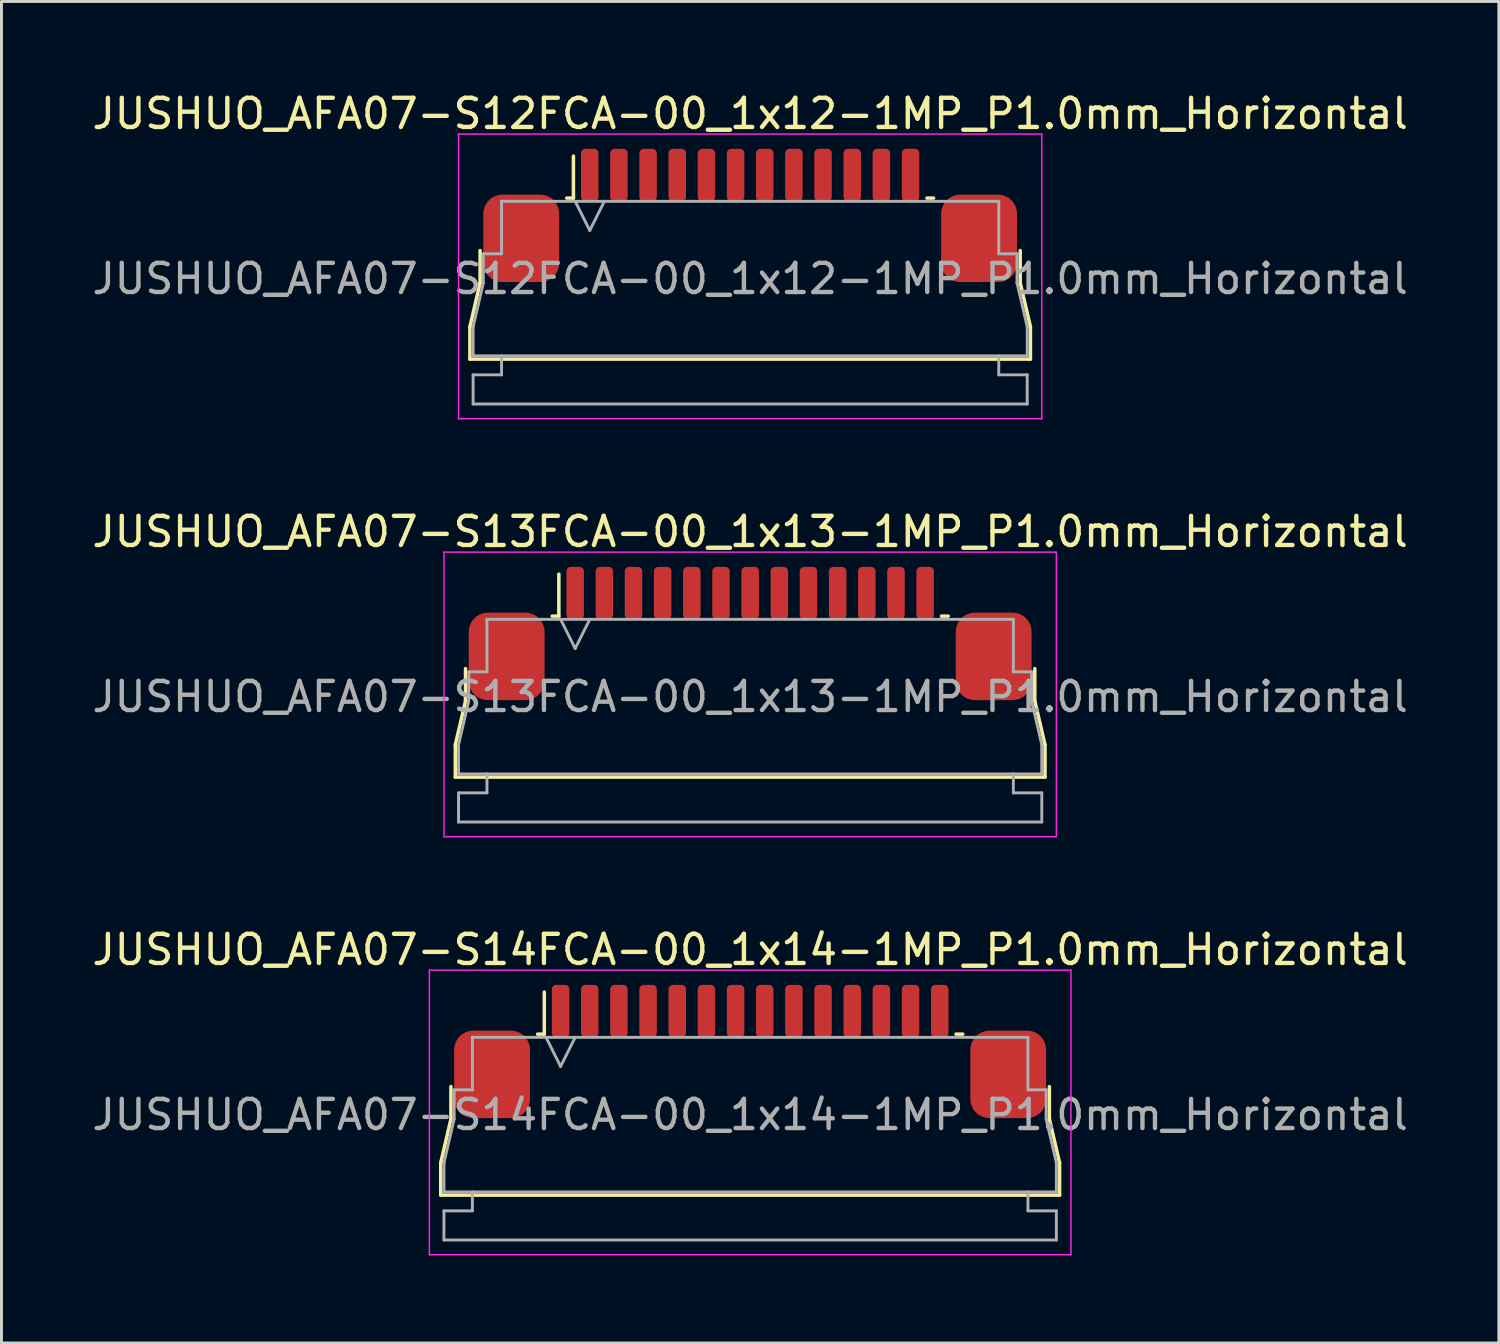
<source format=kicad_pcb>
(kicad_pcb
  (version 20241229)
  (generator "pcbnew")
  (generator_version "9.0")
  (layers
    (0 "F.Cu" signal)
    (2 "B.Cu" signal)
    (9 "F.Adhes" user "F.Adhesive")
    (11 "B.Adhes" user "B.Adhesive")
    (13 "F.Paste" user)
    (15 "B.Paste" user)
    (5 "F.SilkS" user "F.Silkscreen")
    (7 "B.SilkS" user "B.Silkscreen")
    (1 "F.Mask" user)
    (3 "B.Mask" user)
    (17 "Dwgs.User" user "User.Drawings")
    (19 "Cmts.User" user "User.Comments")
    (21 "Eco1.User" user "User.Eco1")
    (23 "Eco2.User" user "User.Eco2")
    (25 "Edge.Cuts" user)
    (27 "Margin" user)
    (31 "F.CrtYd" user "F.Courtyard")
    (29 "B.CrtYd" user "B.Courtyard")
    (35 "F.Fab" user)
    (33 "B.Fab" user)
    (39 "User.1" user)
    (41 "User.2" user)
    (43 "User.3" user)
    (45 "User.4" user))
  (footprint "JUSHUO_AFA07-S12FCA-00_1x12-1MP_P1.0mm_Horizontal"
    (layer "F.Cu")
    (at 22.673 6.328)
    (property "Reference" "JUSHUO_AFA07-S12FCA-00_1x12-1MP_P1.0mm_Horizontal" (at 0 -5.48 0) (layer "F.SilkS") (effects (font (size 1 1) (thickness 0.15))))
    (attr smd)
    (fp_line (start -9.61 1.825) (end -9.26 0.325) (stroke (width 0.12) (type solid)) (layer "F.SilkS"))
    (fp_line (start -9.61 2.935) (end -9.61 1.825) (stroke (width 0.12) (type solid)) (layer "F.SilkS"))
    (fp_line (start -9.26 0.325) (end -9.26 -0.785) (stroke (width 0.12) (type solid)) (layer "F.SilkS"))
    (fp_line (start -6.29 -2.585) (end -6.06 -2.585) (stroke (width 0.12) (type solid)) (layer "F.SilkS"))
    (fp_line (start -6.06 -2.585) (end -6.06 -4.025) (stroke (width 0.12) (type solid)) (layer "F.SilkS"))
    (fp_line (start 6.06 -2.585) (end 6.29 -2.585) (stroke (width 0.12) (type solid)) (layer "F.SilkS"))
    (fp_line (start 9.26 -0.785) (end 9.26 0.325) (stroke (width 0.12) (type solid)) (layer "F.SilkS"))
    (fp_line (start 9.26 0.325) (end 9.61 1.825) (stroke (width 0.12) (type solid)) (layer "F.SilkS"))
    (fp_line (start 9.61 1.825) (end 9.61 2.935) (stroke (width 0.12) (type solid)) (layer "F.SilkS"))
    (fp_line (start 9.61 2.935) (end -9.61 2.935) (stroke (width 0.12) (type solid)) (layer "F.SilkS"))
    (fp_line (start -10 -4.78) (end -10 4.98) (stroke (width 0.05) (type solid)) (layer "F.CrtYd"))
    (fp_line (start -10 4.98) (end 10 4.98) (stroke (width 0.05) (type solid)) (layer "F.CrtYd"))
    (fp_line (start 10 -4.78) (end -10 -4.78) (stroke (width 0.05) (type solid)) (layer "F.CrtYd"))
    (fp_line (start 10 4.98) (end 10 -4.78) (stroke (width 0.05) (type solid)) (layer "F.CrtYd"))
    (fp_line (start -9.5 1.825) (end -9.5 1.825) (stroke (width 0.1) (type solid)) (layer "F.Fab"))
    (fp_line (start -9.5 1.825) (end -9.15 0.325) (stroke (width 0.1) (type solid)) (layer "F.Fab"))
    (fp_line (start -9.5 2.825) (end -9.5 1.825) (stroke (width 0.1) (type solid)) (layer "F.Fab"))
    (fp_line (start -9.5 3.475) (end -8.525 3.475) (stroke (width 0.1) (type solid)) (layer "F.Fab"))
    (fp_line (start -9.5 4.475) (end -9.5 3.475) (stroke (width 0.1) (type solid)) (layer "F.Fab"))
    (fp_line (start -9.15 -0.675) (end -8.525 -0.675) (stroke (width 0.1) (type solid)) (layer "F.Fab"))
    (fp_line (start -9.15 0.325) (end -9.15 -0.675) (stroke (width 0.1) (type solid)) (layer "F.Fab"))
    (fp_line (start -8.525 -2.475) (end -8.525 -2.475) (stroke (width 0.1) (type solid)) (layer "F.Fab"))
    (fp_line (start -8.525 -2.475) (end 8.525 -2.475) (stroke (width 0.1) (type solid)) (layer "F.Fab"))
    (fp_line (start -8.525 -0.675) (end -8.525 -2.475) (stroke (width 0.1) (type solid)) (layer "F.Fab"))
    (fp_line (start -8.525 3.475) (end -8.525 2.825) (stroke (width 0.1) (type solid)) (layer "F.Fab"))
    (fp_line (start -6 -2.475) (end -5.5 -1.475) (stroke (width 0.1) (type solid)) (layer "F.Fab"))
    (fp_line (start -5.5 -1.475) (end -5 -2.475) (stroke (width 0.1) (type solid)) (layer "F.Fab"))
    (fp_line (start 8.525 -2.475) (end 8.525 -0.675) (stroke (width 0.1) (type solid)) (layer "F.Fab"))
    (fp_line (start 8.525 -0.675) (end 9.15 -0.675) (stroke (width 0.1) (type solid)) (layer "F.Fab"))
    (fp_line (start 8.525 2.825) (end 8.525 3.475) (stroke (width 0.1) (type solid)) (layer "F.Fab"))
    (fp_line (start 8.525 3.475) (end 9.5 3.475) (stroke (width 0.1) (type solid)) (layer "F.Fab"))
    (fp_line (start 9.15 -0.675) (end 9.15 0.325) (stroke (width 0.1) (type solid)) (layer "F.Fab"))
    (fp_line (start 9.15 0.325) (end 9.5 1.825) (stroke (width 0.1) (type solid)) (layer "F.Fab"))
    (fp_line (start 9.5 1.825) (end 9.5 2.825) (stroke (width 0.1) (type solid)) (layer "F.Fab"))
    (fp_line (start 9.5 2.825) (end -9.5 2.825) (stroke (width 0.1) (type solid)) (layer "F.Fab"))
    (fp_line (start 9.5 3.475) (end 9.5 4.475) (stroke (width 0.1) (type solid)) (layer "F.Fab"))
    (fp_line (start 9.5 4.475) (end -9.5 4.475) (stroke (width 0.1) (type solid)) (layer "F.Fab"))
    (fp_text user "${REFERENCE}" (at 0 0.18 0) (layer "F.Fab") (effects (font (size 1 1) (thickness 0.15))))
    (pad "1" smd roundrect (at -5.5 -3.375) (size 0.6 1.8) (layers "F.Cu" "F.Mask" "F.Paste") (roundrect_rratio 0.25))
    (pad "2" smd roundrect (at -4.5 -3.375) (size 0.6 1.8) (layers "F.Cu" "F.Mask" "F.Paste") (roundrect_rratio 0.25))
    (pad "3" smd roundrect (at -3.5 -3.375) (size 0.6 1.8) (layers "F.Cu" "F.Mask" "F.Paste") (roundrect_rratio 0.25))
    (pad "4" smd roundrect (at -2.5 -3.375) (size 0.6 1.8) (layers "F.Cu" "F.Mask" "F.Paste") (roundrect_rratio 0.25))
    (pad "5" smd roundrect (at -1.5 -3.375) (size 0.6 1.8) (layers "F.Cu" "F.Mask" "F.Paste") (roundrect_rratio 0.25))
    (pad "6" smd roundrect (at -0.5 -3.375) (size 0.6 1.8) (layers "F.Cu" "F.Mask" "F.Paste") (roundrect_rratio 0.25))
    (pad "7" smd roundrect (at 0.5 -3.375) (size 0.6 1.8) (layers "F.Cu" "F.Mask" "F.Paste") (roundrect_rratio 0.25))
    (pad "8" smd roundrect (at 1.5 -3.375) (size 0.6 1.8) (layers "F.Cu" "F.Mask" "F.Paste") (roundrect_rratio 0.25))
    (pad "9" smd roundrect (at 2.5 -3.375) (size 0.6 1.8) (layers "F.Cu" "F.Mask" "F.Paste") (roundrect_rratio 0.25))
    (pad "10" smd roundrect (at 3.5 -3.375) (size 0.6 1.8) (layers "F.Cu" "F.Mask" "F.Paste") (roundrect_rratio 0.25))
    (pad "11" smd roundrect (at 4.5 -3.375) (size 0.6 1.8) (layers "F.Cu" "F.Mask" "F.Paste") (roundrect_rratio 0.25))
    (pad "12" smd roundrect (at 5.5 -3.375) (size 0.6 1.8) (layers "F.Cu" "F.Mask" "F.Paste") (roundrect_rratio 0.25))
    (pad "MP" smd roundrect (at -7.85 -1.205) (size 2.6 3) (layers "F.Cu" "F.Mask" "F.Paste") (roundrect_rratio 0.25))
    (pad "MP" smd roundrect (at 7.85 -1.205) (size 2.6 3) (layers "F.Cu" "F.Mask" "F.Paste") (roundrect_rratio 0.25)))
  (footprint "JUSHUO_AFA07-S14FCA-00_1x14-1MP_P1.0mm_Horizontal"
    (layer "F.Cu")
    (at 22.673 34.995)
    (property "Reference" "JUSHUO_AFA07-S14FCA-00_1x14-1MP_P1.0mm_Horizontal" (at 0 -5.48 0) (layer "F.SilkS") (effects (font (size 1 1) (thickness 0.15))))
    (attr smd)
    (fp_line (start -10.61 1.825) (end -10.26 0.325) (stroke (width 0.12) (type solid)) (layer "F.SilkS"))
    (fp_line (start -10.61 2.935) (end -10.61 1.825) (stroke (width 0.12) (type solid)) (layer "F.SilkS"))
    (fp_line (start -10.26 0.325) (end -10.26 -0.785) (stroke (width 0.12) (type solid)) (layer "F.SilkS"))
    (fp_line (start -7.29 -2.585) (end -7.06 -2.585) (stroke (width 0.12) (type solid)) (layer "F.SilkS"))
    (fp_line (start -7.06 -2.585) (end -7.06 -4.025) (stroke (width 0.12) (type solid)) (layer "F.SilkS"))
    (fp_line (start 7.06 -2.585) (end 7.29 -2.585) (stroke (width 0.12) (type solid)) (layer "F.SilkS"))
    (fp_line (start 10.26 -0.785) (end 10.26 0.325) (stroke (width 0.12) (type solid)) (layer "F.SilkS"))
    (fp_line (start 10.26 0.325) (end 10.61 1.825) (stroke (width 0.12) (type solid)) (layer "F.SilkS"))
    (fp_line (start 10.61 1.825) (end 10.61 2.935) (stroke (width 0.12) (type solid)) (layer "F.SilkS"))
    (fp_line (start 10.61 2.935) (end -10.61 2.935) (stroke (width 0.12) (type solid)) (layer "F.SilkS"))
    (fp_line (start -11 -4.78) (end -11 4.98) (stroke (width 0.05) (type solid)) (layer "F.CrtYd"))
    (fp_line (start -11 4.98) (end 11 4.98) (stroke (width 0.05) (type solid)) (layer "F.CrtYd"))
    (fp_line (start 11 -4.78) (end -11 -4.78) (stroke (width 0.05) (type solid)) (layer "F.CrtYd"))
    (fp_line (start 11 4.98) (end 11 -4.78) (stroke (width 0.05) (type solid)) (layer "F.CrtYd"))
    (fp_line (start -10.5 1.825) (end -10.5 1.825) (stroke (width 0.1) (type solid)) (layer "F.Fab"))
    (fp_line (start -10.5 1.825) (end -10.15 0.325) (stroke (width 0.1) (type solid)) (layer "F.Fab"))
    (fp_line (start -10.5 2.825) (end -10.5 1.825) (stroke (width 0.1) (type solid)) (layer "F.Fab"))
    (fp_line (start -10.5 3.475) (end -9.525 3.475) (stroke (width 0.1) (type solid)) (layer "F.Fab"))
    (fp_line (start -10.5 4.475) (end -10.5 3.475) (stroke (width 0.1) (type solid)) (layer "F.Fab"))
    (fp_line (start -10.15 -0.675) (end -9.525 -0.675) (stroke (width 0.1) (type solid)) (layer "F.Fab"))
    (fp_line (start -10.15 0.325) (end -10.15 -0.675) (stroke (width 0.1) (type solid)) (layer "F.Fab"))
    (fp_line (start -9.525 -2.475) (end -9.525 -2.475) (stroke (width 0.1) (type solid)) (layer "F.Fab"))
    (fp_line (start -9.525 -2.475) (end 9.525 -2.475) (stroke (width 0.1) (type solid)) (layer "F.Fab"))
    (fp_line (start -9.525 -0.675) (end -9.525 -2.475) (stroke (width 0.1) (type solid)) (layer "F.Fab"))
    (fp_line (start -9.525 3.475) (end -9.525 2.825) (stroke (width 0.1) (type solid)) (layer "F.Fab"))
    (fp_line (start -7 -2.475) (end -6.5 -1.475) (stroke (width 0.1) (type solid)) (layer "F.Fab"))
    (fp_line (start -6.5 -1.475) (end -6 -2.475) (stroke (width 0.1) (type solid)) (layer "F.Fab"))
    (fp_line (start 9.525 -2.475) (end 9.525 -0.675) (stroke (width 0.1) (type solid)) (layer "F.Fab"))
    (fp_line (start 9.525 -0.675) (end 10.15 -0.675) (stroke (width 0.1) (type solid)) (layer "F.Fab"))
    (fp_line (start 9.525 2.825) (end 9.525 3.475) (stroke (width 0.1) (type solid)) (layer "F.Fab"))
    (fp_line (start 9.525 3.475) (end 10.5 3.475) (stroke (width 0.1) (type solid)) (layer "F.Fab"))
    (fp_line (start 10.15 -0.675) (end 10.15 0.325) (stroke (width 0.1) (type solid)) (layer "F.Fab"))
    (fp_line (start 10.15 0.325) (end 10.5 1.825) (stroke (width 0.1) (type solid)) (layer "F.Fab"))
    (fp_line (start 10.5 1.825) (end 10.5 2.825) (stroke (width 0.1) (type solid)) (layer "F.Fab"))
    (fp_line (start 10.5 2.825) (end -10.5 2.825) (stroke (width 0.1) (type solid)) (layer "F.Fab"))
    (fp_line (start 10.5 3.475) (end 10.5 4.475) (stroke (width 0.1) (type solid)) (layer "F.Fab"))
    (fp_line (start 10.5 4.475) (end -10.5 4.475) (stroke (width 0.1) (type solid)) (layer "F.Fab"))
    (fp_text user "${REFERENCE}" (at 0 0.18 0) (layer "F.Fab") (effects (font (size 1 1) (thickness 0.15))))
    (pad "1" smd roundrect (at -6.5 -3.375) (size 0.6 1.8) (layers "F.Cu" "F.Mask" "F.Paste") (roundrect_rratio 0.25))
    (pad "2" smd roundrect (at -5.5 -3.375) (size 0.6 1.8) (layers "F.Cu" "F.Mask" "F.Paste") (roundrect_rratio 0.25))
    (pad "3" smd roundrect (at -4.5 -3.375) (size 0.6 1.8) (layers "F.Cu" "F.Mask" "F.Paste") (roundrect_rratio 0.25))
    (pad "4" smd roundrect (at -3.5 -3.375) (size 0.6 1.8) (layers "F.Cu" "F.Mask" "F.Paste") (roundrect_rratio 0.25))
    (pad "5" smd roundrect (at -2.5 -3.375) (size 0.6 1.8) (layers "F.Cu" "F.Mask" "F.Paste") (roundrect_rratio 0.25))
    (pad "6" smd roundrect (at -1.5 -3.375) (size 0.6 1.8) (layers "F.Cu" "F.Mask" "F.Paste") (roundrect_rratio 0.25))
    (pad "7" smd roundrect (at -0.5 -3.375) (size 0.6 1.8) (layers "F.Cu" "F.Mask" "F.Paste") (roundrect_rratio 0.25))
    (pad "8" smd roundrect (at 0.5 -3.375) (size 0.6 1.8) (layers "F.Cu" "F.Mask" "F.Paste") (roundrect_rratio 0.25))
    (pad "9" smd roundrect (at 1.5 -3.375) (size 0.6 1.8) (layers "F.Cu" "F.Mask" "F.Paste") (roundrect_rratio 0.25))
    (pad "10" smd roundrect (at 2.5 -3.375) (size 0.6 1.8) (layers "F.Cu" "F.Mask" "F.Paste") (roundrect_rratio 0.25))
    (pad "11" smd roundrect (at 3.5 -3.375) (size 0.6 1.8) (layers "F.Cu" "F.Mask" "F.Paste") (roundrect_rratio 0.25))
    (pad "12" smd roundrect (at 4.5 -3.375) (size 0.6 1.8) (layers "F.Cu" "F.Mask" "F.Paste") (roundrect_rratio 0.25))
    (pad "13" smd roundrect (at 5.5 -3.375) (size 0.6 1.8) (layers "F.Cu" "F.Mask" "F.Paste") (roundrect_rratio 0.25))
    (pad "14" smd roundrect (at 6.5 -3.375) (size 0.6 1.8) (layers "F.Cu" "F.Mask" "F.Paste") (roundrect_rratio 0.25))
    (pad "MP" smd roundrect (at -8.85 -1.205) (size 2.6 3) (layers "F.Cu" "F.Mask" "F.Paste") (roundrect_rratio 0.25))
    (pad "MP" smd roundrect (at 8.85 -1.205) (size 2.6 3) (layers "F.Cu" "F.Mask" "F.Paste") (roundrect_rratio 0.25)))
  (footprint "JUSHUO_AFA07-S13FCA-00_1x13-1MP_P1.0mm_Horizontal"
    (layer "F.Cu")
    (at 22.673 20.662)
    (property "Reference" "JUSHUO_AFA07-S13FCA-00_1x13-1MP_P1.0mm_Horizontal" (at 0 -5.48 0) (layer "F.SilkS") (effects (font (size 1 1) (thickness 0.15))))
    (attr smd)
    (fp_line (start -10.11 1.825) (end -9.76 0.325) (stroke (width 0.12) (type solid)) (layer "F.SilkS"))
    (fp_line (start -10.11 2.935) (end -10.11 1.825) (stroke (width 0.12) (type solid)) (layer "F.SilkS"))
    (fp_line (start -9.76 0.325) (end -9.76 -0.785) (stroke (width 0.12) (type solid)) (layer "F.SilkS"))
    (fp_line (start -6.79 -2.585) (end -6.56 -2.585) (stroke (width 0.12) (type solid)) (layer "F.SilkS"))
    (fp_line (start -6.56 -2.585) (end -6.56 -4.025) (stroke (width 0.12) (type solid)) (layer "F.SilkS"))
    (fp_line (start 6.56 -2.585) (end 6.79 -2.585) (stroke (width 0.12) (type solid)) (layer "F.SilkS"))
    (fp_line (start 9.76 -0.785) (end 9.76 0.325) (stroke (width 0.12) (type solid)) (layer "F.SilkS"))
    (fp_line (start 9.76 0.325) (end 10.11 1.825) (stroke (width 0.12) (type solid)) (layer "F.SilkS"))
    (fp_line (start 10.11 1.825) (end 10.11 2.935) (stroke (width 0.12) (type solid)) (layer "F.SilkS"))
    (fp_line (start 10.11 2.935) (end -10.11 2.935) (stroke (width 0.12) (type solid)) (layer "F.SilkS"))
    (fp_line (start -10.5 -4.78) (end -10.5 4.98) (stroke (width 0.05) (type solid)) (layer "F.CrtYd"))
    (fp_line (start -10.5 4.98) (end 10.5 4.98) (stroke (width 0.05) (type solid)) (layer "F.CrtYd"))
    (fp_line (start 10.5 -4.78) (end -10.5 -4.78) (stroke (width 0.05) (type solid)) (layer "F.CrtYd"))
    (fp_line (start 10.5 4.98) (end 10.5 -4.78) (stroke (width 0.05) (type solid)) (layer "F.CrtYd"))
    (fp_line (start -10 1.825) (end -10 1.825) (stroke (width 0.1) (type solid)) (layer "F.Fab"))
    (fp_line (start -10 1.825) (end -9.65 0.325) (stroke (width 0.1) (type solid)) (layer "F.Fab"))
    (fp_line (start -10 2.825) (end -10 1.825) (stroke (width 0.1) (type solid)) (layer "F.Fab"))
    (fp_line (start -10 3.475) (end -9.025 3.475) (stroke (width 0.1) (type solid)) (layer "F.Fab"))
    (fp_line (start -10 4.475) (end -10 3.475) (stroke (width 0.1) (type solid)) (layer "F.Fab"))
    (fp_line (start -9.65 -0.675) (end -9.025 -0.675) (stroke (width 0.1) (type solid)) (layer "F.Fab"))
    (fp_line (start -9.65 0.325) (end -9.65 -0.675) (stroke (width 0.1) (type solid)) (layer "F.Fab"))
    (fp_line (start -9.025 -2.475) (end -9.025 -2.475) (stroke (width 0.1) (type solid)) (layer "F.Fab"))
    (fp_line (start -9.025 -2.475) (end 9.025 -2.475) (stroke (width 0.1) (type solid)) (layer "F.Fab"))
    (fp_line (start -9.025 -0.675) (end -9.025 -2.475) (stroke (width 0.1) (type solid)) (layer "F.Fab"))
    (fp_line (start -9.025 3.475) (end -9.025 2.825) (stroke (width 0.1) (type solid)) (layer "F.Fab"))
    (fp_line (start -6.5 -2.475) (end -6 -1.475) (stroke (width 0.1) (type solid)) (layer "F.Fab"))
    (fp_line (start -6 -1.475) (end -5.5 -2.475) (stroke (width 0.1) (type solid)) (layer "F.Fab"))
    (fp_line (start 9.025 -2.475) (end 9.025 -0.675) (stroke (width 0.1) (type solid)) (layer "F.Fab"))
    (fp_line (start 9.025 -0.675) (end 9.65 -0.675) (stroke (width 0.1) (type solid)) (layer "F.Fab"))
    (fp_line (start 9.025 2.825) (end 9.025 3.475) (stroke (width 0.1) (type solid)) (layer "F.Fab"))
    (fp_line (start 9.025 3.475) (end 10 3.475) (stroke (width 0.1) (type solid)) (layer "F.Fab"))
    (fp_line (start 9.65 -0.675) (end 9.65 0.325) (stroke (width 0.1) (type solid)) (layer "F.Fab"))
    (fp_line (start 9.65 0.325) (end 10 1.825) (stroke (width 0.1) (type solid)) (layer "F.Fab"))
    (fp_line (start 10 1.825) (end 10 2.825) (stroke (width 0.1) (type solid)) (layer "F.Fab"))
    (fp_line (start 10 2.825) (end -10 2.825) (stroke (width 0.1) (type solid)) (layer "F.Fab"))
    (fp_line (start 10 3.475) (end 10 4.475) (stroke (width 0.1) (type solid)) (layer "F.Fab"))
    (fp_line (start 10 4.475) (end -10 4.475) (stroke (width 0.1) (type solid)) (layer "F.Fab"))
    (fp_text user "${REFERENCE}" (at 0 0.18 0) (layer "F.Fab") (effects (font (size 1 1) (thickness 0.15))))
    (pad "1" smd roundrect (at -6 -3.375) (size 0.6 1.8) (layers "F.Cu" "F.Mask" "F.Paste") (roundrect_rratio 0.25))
    (pad "2" smd roundrect (at -5 -3.375) (size 0.6 1.8) (layers "F.Cu" "F.Mask" "F.Paste") (roundrect_rratio 0.25))
    (pad "3" smd roundrect (at -4 -3.375) (size 0.6 1.8) (layers "F.Cu" "F.Mask" "F.Paste") (roundrect_rratio 0.25))
    (pad "4" smd roundrect (at -3 -3.375) (size 0.6 1.8) (layers "F.Cu" "F.Mask" "F.Paste") (roundrect_rratio 0.25))
    (pad "5" smd roundrect (at -2 -3.375) (size 0.6 1.8) (layers "F.Cu" "F.Mask" "F.Paste") (roundrect_rratio 0.25))
    (pad "6" smd roundrect (at -1 -3.375) (size 0.6 1.8) (layers "F.Cu" "F.Mask" "F.Paste") (roundrect_rratio 0.25))
    (pad "7" smd roundrect (at 0 -3.375) (size 0.6 1.8) (layers "F.Cu" "F.Mask" "F.Paste") (roundrect_rratio 0.25))
    (pad "8" smd roundrect (at 1 -3.375) (size 0.6 1.8) (layers "F.Cu" "F.Mask" "F.Paste") (roundrect_rratio 0.25))
    (pad "9" smd roundrect (at 2 -3.375) (size 0.6 1.8) (layers "F.Cu" "F.Mask" "F.Paste") (roundrect_rratio 0.25))
    (pad "10" smd roundrect (at 3 -3.375) (size 0.6 1.8) (layers "F.Cu" "F.Mask" "F.Paste") (roundrect_rratio 0.25))
    (pad "11" smd roundrect (at 4 -3.375) (size 0.6 1.8) (layers "F.Cu" "F.Mask" "F.Paste") (roundrect_rratio 0.25))
    (pad "12" smd roundrect (at 5 -3.375) (size 0.6 1.8) (layers "F.Cu" "F.Mask" "F.Paste") (roundrect_rratio 0.25))
    (pad "13" smd roundrect (at 6 -3.375) (size 0.6 1.8) (layers "F.Cu" "F.Mask" "F.Paste") (roundrect_rratio 0.25))
    (pad "MP" smd roundrect (at -8.35 -1.205) (size 2.6 3) (layers "F.Cu" "F.Mask" "F.Paste") (roundrect_rratio 0.25))
    (pad "MP" smd roundrect (at 8.35 -1.205) (size 2.6 3) (layers "F.Cu" "F.Mask" "F.Paste") (roundrect_rratio 0.25)))
  (gr_rect
    (start -3 -3)
    (end 48.345 43)
    (stroke (width 0.1) (type default))
    (fill no)
    (layer "Edge.Cuts")))
</source>
